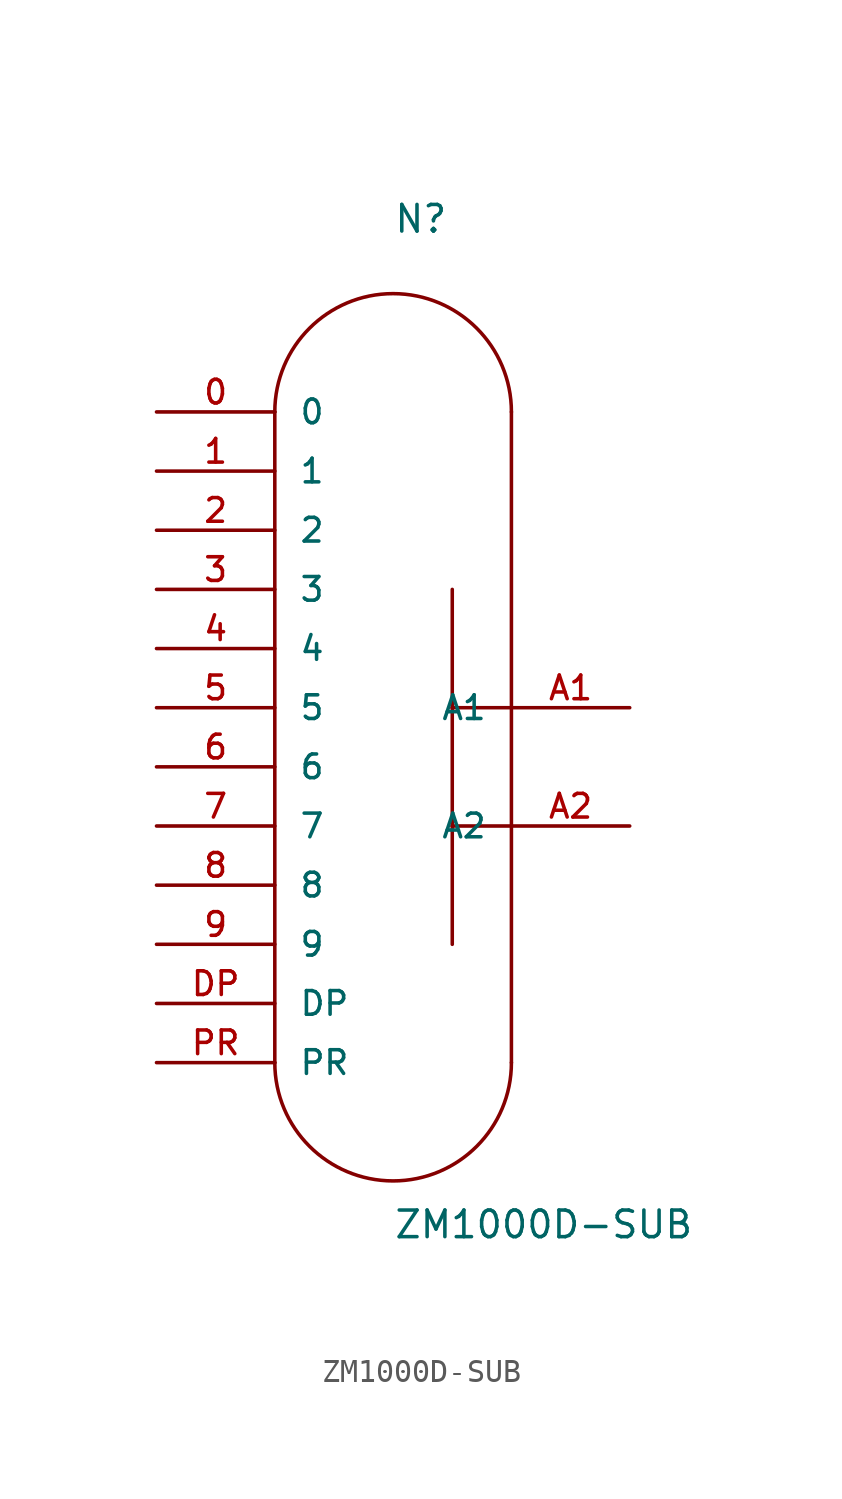
<source format=kicad_sym>
(kicad_symbol_lib
  (version 20220914)
  (generator kicad_symbol_editor)
  (symbol "ZM1000D-SUB"
    (pin_names
      (offset 1.016))
    (property "Reference" "N"
      (at 0 22.86 0)
      (effects (font (size 1.143 1.143)) (justify left bottom)))
    (property "Value" "ZM1000D-SUB"
      (at 0 -20.32 0)
      (effects (font (size 1.143 1.143)) (justify left bottom)))
    (property "ki_locked" ""
      (at 0 0 0)
      (effects (font (size 1.27 1.27))))
    (symbol "ZM1000D-SUB_1_0"
      (polyline (pts (xy -5.08 15.24) (xy -5.08 -12.7)) (stroke (width 0) (type solid)) (fill (type none)))
      (polyline (pts (xy 2.54 -2.54) (xy 2.54 -7.62)) (stroke (width 0) (type solid)) (fill (type none)))
      (polyline (pts (xy 2.54 2.54) (xy 2.54 -2.54)) (stroke (width 0) (type solid)) (fill (type none)))
      (polyline (pts (xy 2.54 2.54) (xy 5.08 2.54)) (stroke (width 0) (type solid)) (fill (type none)))
      (polyline (pts (xy 2.54 7.62) (xy 2.54 2.54)) (stroke (width 0) (type solid)) (fill (type none)))
      (polyline (pts (xy 5.08 -2.54) (xy 2.54 -2.54)) (stroke (width 0) (type solid)) (fill (type none)))
      (polyline (pts (xy 5.08 -2.54) (xy 5.08 -12.7)) (stroke (width 0) (type solid)) (fill (type none)))
      (polyline (pts (xy 5.08 2.54) (xy 5.08 -2.54)) (stroke (width 0) (type solid)) (fill (type none)))
      (polyline (pts (xy 5.08 15.24) (xy 5.08 2.54)) (stroke (width 0) (type solid)) (fill (type none))))
    (symbol "ZM1000D-SUB_1_1"
      (arc (start -5.08 -12.7) (mid 0 -17.7579) (end 5.08 -12.7) (stroke (width 0) (type solid)) (fill (type none)))
      (arc (start 5.08 15.24) (mid 0 20.2979) (end -5.08 15.24) (stroke (width 0) (type solid)) (fill (type none)))
      (pin passive line (at -10.16 15.24 0) (length 5.08) (name "0" (effects (font (size 1.016 1.016)))) (number "0" (effects (font (size 1.016 1.016)))))
      (pin passive line (at -10.16 12.7 0) (length 5.08) (name "1" (effects (font (size 1.016 1.016)))) (number "1" (effects (font (size 1.016 1.016)))))
      (pin passive line (at -10.16 10.16 0) (length 5.08) (name "2" (effects (font (size 1.016 1.016)))) (number "2" (effects (font (size 1.016 1.016)))))
      (pin passive line (at -10.16 7.62 0) (length 5.08) (name "3" (effects (font (size 1.016 1.016)))) (number "3" (effects (font (size 1.016 1.016)))))
      (pin passive line (at -10.16 5.08 0) (length 5.08) (name "4" (effects (font (size 1.016 1.016)))) (number "4" (effects (font (size 1.016 1.016)))))
      (pin passive line (at -10.16 2.54 0) (length 5.08) (name "5" (effects (font (size 1.016 1.016)))) (number "5" (effects (font (size 1.016 1.016)))))
      (pin passive line (at -10.16 0 0) (length 5.08) (name "6" (effects (font (size 1.016 1.016)))) (number "6" (effects (font (size 1.016 1.016)))))
      (pin passive line (at -10.16 -2.54 0) (length 5.08) (name "7" (effects (font (size 1.016 1.016)))) (number "7" (effects (font (size 1.016 1.016)))))
      (pin passive line (at -10.16 -5.08 0) (length 5.08) (name "8" (effects (font (size 1.016 1.016)))) (number "8" (effects (font (size 1.016 1.016)))))
      (pin passive line (at -10.16 -7.62 0) (length 5.08) (name "9" (effects (font (size 1.016 1.016)))) (number "9" (effects (font (size 1.016 1.016)))))
      (pin passive line (at 10.16 2.54 180) (length 5.08) (name "A1" (effects (font (size 1.016 1.016)))) (number "A1" (effects (font (size 1.016 1.016)))))
      (pin passive line (at 10.16 -2.54 180) (length 5.08) (name "A2" (effects (font (size 1.016 1.016)))) (number "A2" (effects (font (size 1.016 1.016)))))
      (pin passive line (at -10.16 -10.16 0) (length 5.08) (name "DP" (effects (font (size 1.016 1.016)))) (number "DP" (effects (font (size 1.016 1.016)))))
      (pin passive line (at -10.16 -12.7 0) (length 5.08) (name "PR" (effects (font (size 1.016 1.016)))) (number "PR" (effects (font (size 1.016 1.016))))))))
</source>
